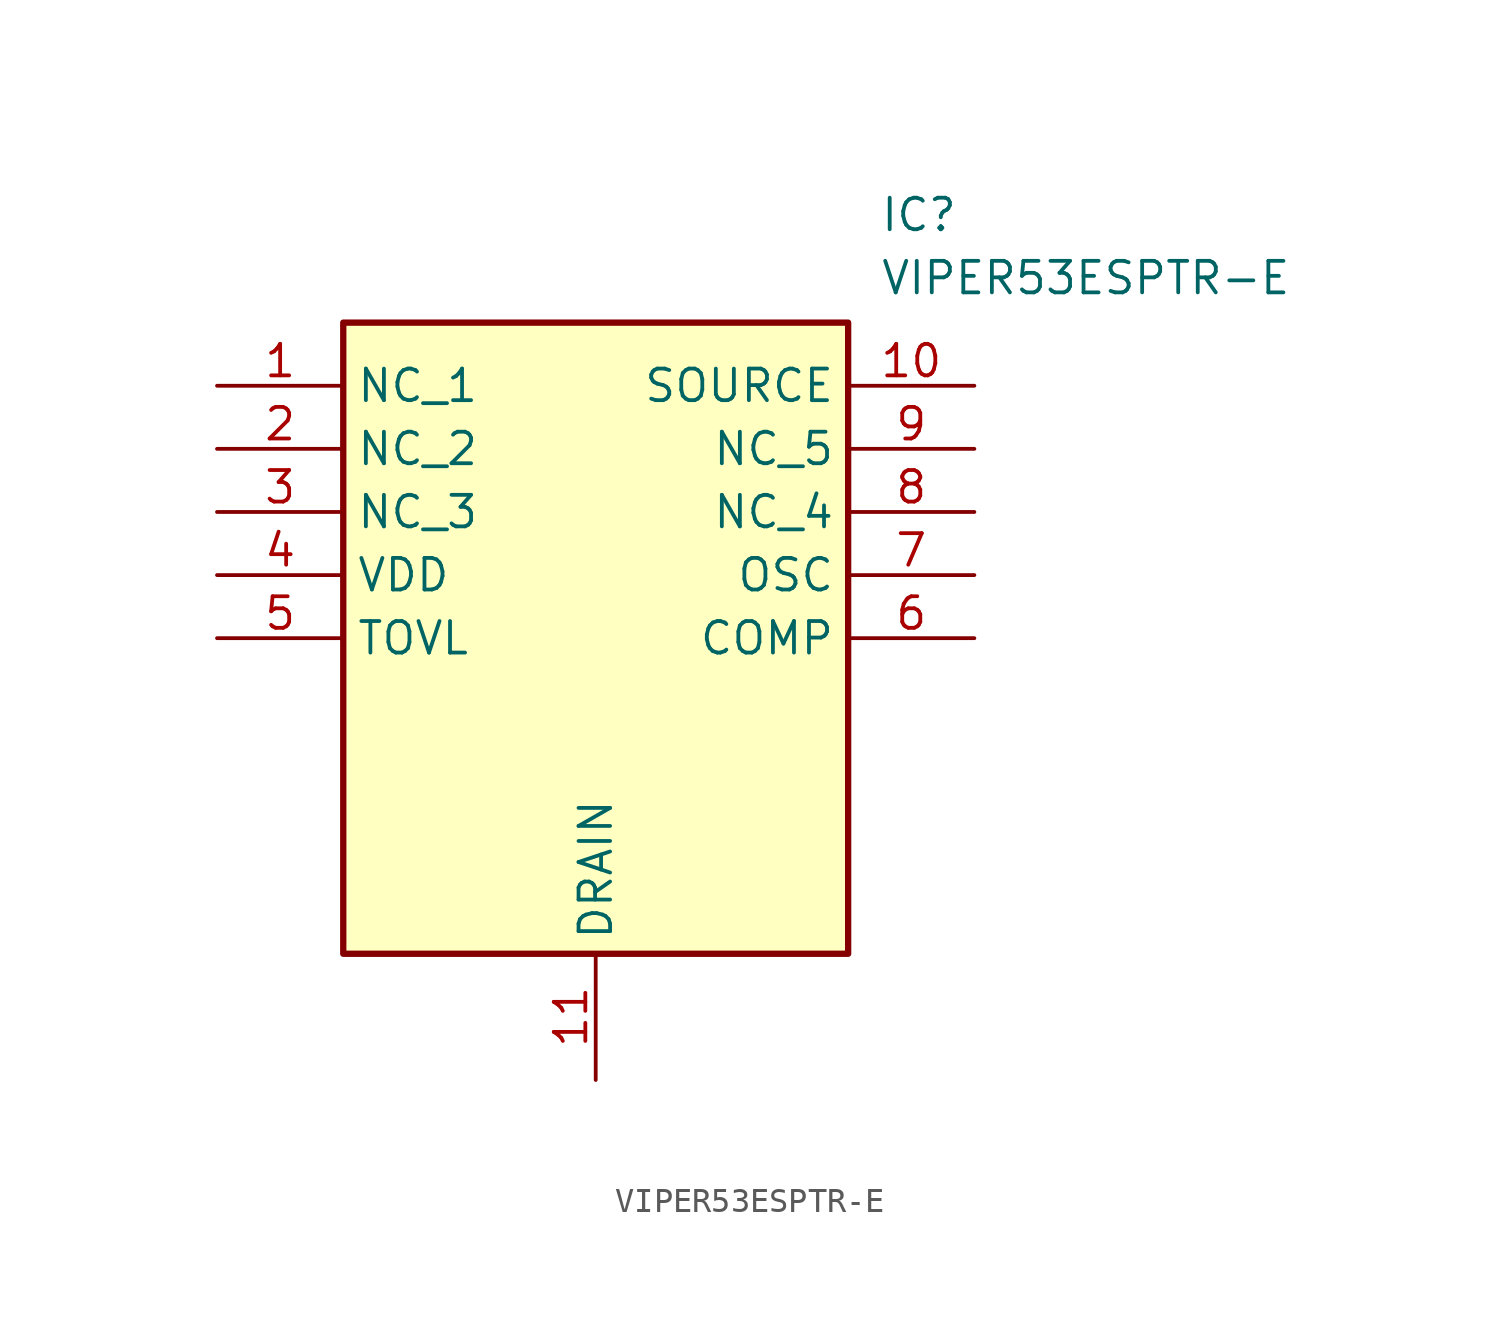
<source format=kicad_sym>
(kicad_symbol_lib
  (version 20211014)
  (generator SamacSys_ECAD_Model)
  (symbol "VIPER53ESPTR-E"
    (property "Reference" "IC"
      (at 26.67 7.62 0)
      (effects (font (size 1.27 1.27)) (justify left top)))
    (property "Value" "VIPER53ESPTR-E"
      (at 26.67 5.08 0)
      (effects (font (size 1.27 1.27)) (justify left top)))
    (rectangle
      (start 5.08 2.54)
      (end 25.4 -22.86)
      (stroke (width 0.254) (type default))
      (fill (type background)))
    (pin passive line
      (at 0 0 0)
      (length 5.08)
      (name "NC_1" (effects (font (size 1.27 1.27))))
      (number "1" (effects (font (size 1.27 1.27)))))
    (pin passive line
      (at 0 -2.54 0)
      (length 5.08)
      (name "NC_2" (effects (font (size 1.27 1.27))))
      (number "2" (effects (font (size 1.27 1.27)))))
    (pin passive line
      (at 0 -5.08 0)
      (length 5.08)
      (name "NC_3" (effects (font (size 1.27 1.27))))
      (number "3" (effects (font (size 1.27 1.27)))))
    (pin passive line
      (at 0 -7.62 0)
      (length 5.08)
      (name "VDD" (effects (font (size 1.27 1.27))))
      (number "4" (effects (font (size 1.27 1.27)))))
    (pin passive line
      (at 0 -10.16 0)
      (length 5.08)
      (name "TOVL" (effects (font (size 1.27 1.27))))
      (number "5" (effects (font (size 1.27 1.27)))))
    (pin passive line
      (at 15.24 -27.94 90)
      (length 5.08)
      (name "DRAIN" (effects (font (size 1.27 1.27))))
      (number "11" (effects (font (size 1.27 1.27)))))
    (pin passive line
      (at 30.48 0 180)
      (length 5.08)
      (name "SOURCE" (effects (font (size 1.27 1.27))))
      (number "10" (effects (font (size 1.27 1.27)))))
    (pin passive line
      (at 30.48 -2.54 180)
      (length 5.08)
      (name "NC_5" (effects (font (size 1.27 1.27))))
      (number "9" (effects (font (size 1.27 1.27)))))
    (pin passive line
      (at 30.48 -5.08 180)
      (length 5.08)
      (name "NC_4" (effects (font (size 1.27 1.27))))
      (number "8" (effects (font (size 1.27 1.27)))))
    (pin passive line
      (at 30.48 -7.62 180)
      (length 5.08)
      (name "OSC" (effects (font (size 1.27 1.27))))
      (number "7" (effects (font (size 1.27 1.27)))))
    (pin passive line
      (at 30.48 -10.16 180)
      (length 5.08)
      (name "COMP" (effects (font (size 1.27 1.27))))
      (number "6" (effects (font (size 1.27 1.27)))))))
</source>
